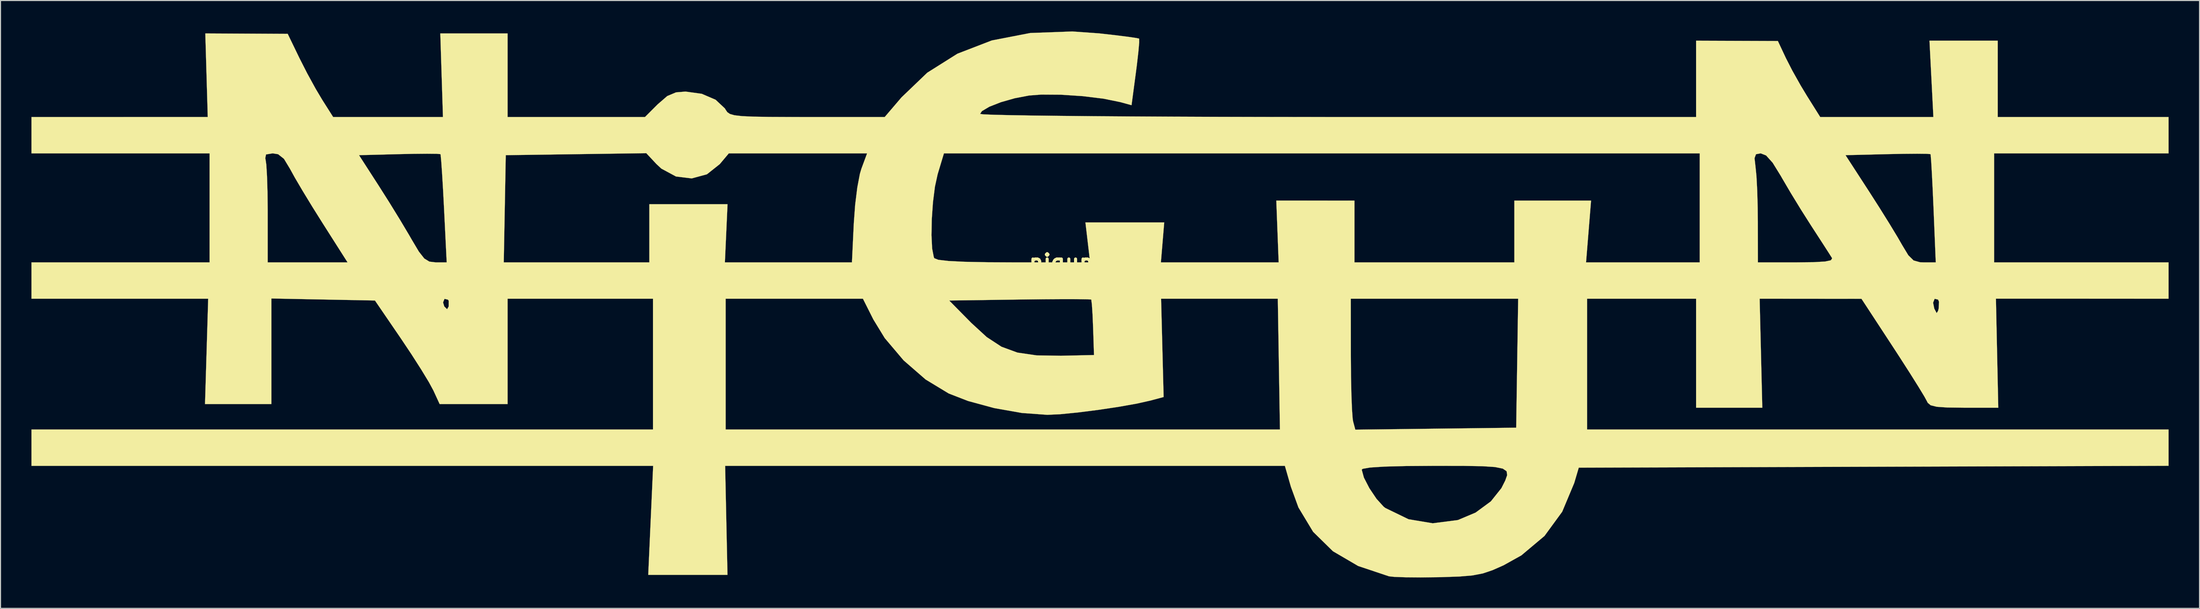
<source format=kicad_pcb>
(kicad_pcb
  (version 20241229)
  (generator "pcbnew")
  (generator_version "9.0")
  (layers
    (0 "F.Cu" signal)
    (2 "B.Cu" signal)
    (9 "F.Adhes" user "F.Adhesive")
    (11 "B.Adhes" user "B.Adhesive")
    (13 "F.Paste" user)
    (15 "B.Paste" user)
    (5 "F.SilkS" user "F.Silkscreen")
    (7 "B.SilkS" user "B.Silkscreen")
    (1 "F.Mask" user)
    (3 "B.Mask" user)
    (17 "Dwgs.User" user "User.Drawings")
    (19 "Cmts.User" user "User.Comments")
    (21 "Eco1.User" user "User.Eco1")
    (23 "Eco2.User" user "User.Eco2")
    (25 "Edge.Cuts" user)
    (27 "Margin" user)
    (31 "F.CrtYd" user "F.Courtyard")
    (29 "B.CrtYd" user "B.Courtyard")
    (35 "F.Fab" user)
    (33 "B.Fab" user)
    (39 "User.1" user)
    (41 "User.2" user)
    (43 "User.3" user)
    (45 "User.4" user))
  (footprint "nigun_logo"
    (layer "F.Cu")
    (at 103.016 22.421)
    (property "Reference" "nigun_logo" (at 0 0 0) (layer "F.SilkS") (effects (font (size 1.524 1.524) (thickness 0.3))))
    (attr through_hole)
    (fp_poly (pts (xy 0.604 -22.233) (xy 2.154 -22.058) (xy 3.42 -21.9) (xy 4.251 -21.777) (xy 4.505 -21.718) (xy 4.508 -21.346) (xy 4.428 -20.437) (xy 4.281 -19.153) (xy 4.188 -18.435) (xy 3.765 -15.258) (xy 2.676 -15.557) (xy 1.045 -15.889) (xy -0.969 -16.136) (xy -3.082 -16.276) (xy -5.007 -16.288) (xy -6.167 -16.2) (xy -7.572 -15.933) (xy -8.92 -15.548) (xy -10.039 -15.109) (xy -10.76 -14.681) (xy -10.936 -14.41) (xy -10.591 -14.368) (xy -9.588 -14.328) (xy -7.975 -14.29) (xy -5.799 -14.254) (xy -3.108 -14.222) (xy 0.051 -14.192) (xy 3.63 -14.167) (xy 7.581 -14.146) (xy 11.857 -14.129) (xy 16.41 -14.118) (xy 21.193 -14.112) (xy 23.812 -14.111) (xy 58.561 -14.111) (xy 58.561 -21.519) (xy 66.499 -21.491) (xy 67.28 -19.829) (xy 67.908 -18.604) (xy 68.721 -17.158) (xy 69.336 -16.14) (xy 70.61 -14.111) (xy 81.593 -14.111) (xy 81.404 -17.815) (xy 81.215 -21.519) (xy 87.842 -21.519) (xy 87.842 -14.111) (xy 104.422 -14.111) (xy 104.422 -10.583) (xy 87.489 -10.583) (xy 87.489 0) (xy 104.422 0) (xy 104.422 3.528) (xy 96.044 3.527) (xy 87.665 3.527) (xy 87.892 14.111) (xy 84.553 14.111) (xy 82.953 14.092) (xy 81.923 14.021) (xy 81.33 13.874) (xy 81.041 13.631) (xy 80.988 13.52) (xy 80.723 13.033) (xy 80.141 12.073) (xy 79.315 10.756) (xy 78.315 9.198) (xy 77.687 8.233) (xy 74.862 3.916) (xy 81.566 3.916) (xy 81.679 4.483) (xy 81.91 4.925) (xy 82.048 4.707) (xy 82.107 4.47) (xy 82.139 3.829) (xy 82.052 3.618) (xy 81.716 3.534) (xy 81.566 3.916) (xy 74.862 3.916) (xy 74.612 3.536) (xy 69.671 3.532) (xy 64.73 3.528) (xy 64.859 8.819) (xy 64.988 14.111) (xy 58.561 14.111) (xy 58.561 3.528) (xy 47.978 3.528) (xy 47.978 16.228) (xy 104.422 16.228) (xy 104.422 19.751) (xy 75.798 19.842) (xy 47.174 19.932) (xy 46.735 21.419) (xy 45.567 24.208) (xy 43.849 26.559) (xy 41.603 28.446) (xy 39.872 29.411) (xy 38.795 29.887) (xy 37.855 30.202) (xy 36.85 30.395) (xy 35.574 30.502) (xy 33.827 30.56) (xy 33.52 30.567) (xy 31.833 30.586) (xy 30.355 30.574) (xy 29.259 30.534) (xy 28.751 30.479) (xy 25.755 29.475) (xy 23.31 28.044) (xy 21.389 26.159) (xy 19.964 23.796) (xy 19.23 21.784) (xy 18.753 20.122) (xy 26.106 20.122) (xy 26.319 20.898) (xy 26.852 21.93) (xy 27.543 22.957) (xy 28.233 23.718) (xy 28.406 23.85) (xy 30.652 24.939) (xy 32.994 25.33) (xy 35.415 25.021) (xy 35.454 25.011) (xy 37.158 24.293) (xy 38.638 23.207) (xy 39.659 21.927) (xy 39.688 21.872) (xy 40.039 21.176) (xy 40.224 20.653) (xy 40.169 20.277) (xy 39.799 20.024) (xy 39.037 19.87) (xy 37.809 19.79) (xy 36.039 19.76) (xy 33.652 19.756) (xy 33.161 19.756) (xy 30.41 19.774) (xy 28.327 19.828) (xy 26.921 19.918) (xy 26.203 20.043) (xy 26.106 20.122) (xy 18.753 20.122) (xy 18.647 19.756) (xy -35.681 19.756) (xy -35.568 25.048) (xy -35.454 30.34) (xy -39.301 30.339) (xy -43.147 30.339) (xy -42.909 25.047) (xy -42.67 19.756) (xy -103.011 19.756) (xy -103.011 16.228) (xy -42.686 16.228) (xy -42.686 3.528) (xy -35.631 3.528) (xy -35.631 16.228) (xy -8.731 16.228) (xy 18.168 16.229) (xy 17.961 3.528) (xy 25.047 3.528) (xy 25.052 9.084) (xy 25.067 11.052) (xy 25.105 12.821) (xy 25.161 14.247) (xy 25.23 15.186) (xy 25.271 15.441) (xy 25.486 16.241) (xy 33.292 16.146) (xy 41.099 16.051) (xy 41.195 9.79) (xy 41.291 3.528) (xy 25.047 3.528) (xy 17.961 3.528) (xy 6.634 3.528) (xy 6.879 13.073) (xy 5.598 13.418) (xy 4.257 13.718) (xy 2.483 14.032) (xy 0.501 14.328) (xy -1.462 14.576) (xy -3.181 14.745) (xy -4.41 14.802) (xy -6.883 14.622) (xy -9.552 14.151) (xy -12.106 13.458) (xy -13.982 12.73) (xy -16.224 11.371) (xy -18.361 9.513) (xy -20.191 7.353) (xy -21.297 5.543) (xy -22.221 3.704) (xy -13.935 3.704) (xy -11.785 5.882) (xy -10.29 7.254) (xy -8.861 8.19) (xy -7.313 8.759) (xy -5.458 9.029) (xy -3.109 9.067) (xy -3.027 9.066) (xy 0.12 8.996) (xy 0.034 6.353) (xy -0.02 5.072) (xy -0.083 4.104) (xy -0.143 3.63) (xy -0.152 3.611) (xy -0.518 3.585) (xy -1.481 3.572) (xy -2.93 3.57) (xy -4.757 3.581) (xy -6.853 3.605) (xy -7.093 3.608) (xy -13.935 3.704) (xy -22.221 3.704) (xy -22.309 3.528) (xy -35.631 3.528) (xy -42.686 3.528) (xy -56.797 3.528) (xy -56.797 13.758) (xy -63.393 13.758) (xy -64.002 12.435) (xy -64.439 11.628) (xy -65.179 10.409) (xy -66.116 8.944) (xy -67.142 7.408) (xy -69.546 3.89) (xy -63.061 3.89) (xy -62.942 4.281) (xy -62.671 4.548) (xy -62.517 4.282) (xy -62.514 3.731) (xy -62.581 3.623) (xy -62.921 3.541) (xy -63.061 3.89) (xy -69.546 3.89) (xy -69.674 3.704) (xy -74.701 3.606) (xy -79.728 3.508) (xy -79.728 13.758) (xy -86.167 13.758) (xy -86.013 8.643) (xy -85.859 3.528) (xy -103.011 3.528) (xy -103.011 0) (xy -85.725 0) (xy -85.725 -10.098) (xy -80.32 -10.098) (xy -80.295 -10.025) (xy -80.215 -9.478) (xy -80.149 -8.376) (xy -80.102 -6.868) (xy -80.081 -5.104) (xy -80.081 -4.734) (xy -80.081 0) (xy -72.332 0) (xy -74.745 -3.792) (xy -75.75 -5.394) (xy -76.686 -6.931) (xy -77.448 -8.226) (xy -77.921 -9.084) (xy -78.506 -10.053) (xy -78.955 -10.407) (xy -71.219 -10.407) (xy -69.284 -7.408) (xy -68.275 -5.816) (xy -67.245 -4.142) (xy -66.366 -2.668) (xy -66.099 -2.205) (xy -65.405 -1.039) (xy -64.88 -0.372) (xy -64.385 -0.071) (xy -63.78 0) (xy -62.709 0) (xy -57.169 0) (xy -43.039 0) (xy -43.039 -5.644) (xy -35.449 -5.644) (xy -35.705 0) (xy -23.374 0) (xy -23.249 -2.641) (xy -15.653 -2.641) (xy -15.59 -1.344) (xy -15.427 -0.506) (xy -15.375 -0.399) (xy -14.989 -0.248) (xy -14.022 -0.135) (xy -12.441 -0.056) (xy -10.214 -0.012) (xy -7.692 0) (xy -0.256 0) (xy -0.484 -1.94) (xy -0.712 -3.881) (xy 6.937 -3.881) (xy 6.776 -1.94) (xy 6.615 0) (xy 18.044 0) (xy 17.929 -2.999) (xy 17.815 -5.999) (xy 21.608 -5.998) (xy 25.4 -5.997) (xy 25.4 0) (xy 40.922 0) (xy 40.922 -5.997) (xy 48.367 -5.997) (xy 47.881 0) (xy 58.914 0) (xy 58.914 -10.115) (xy 64.235 -10.115) (xy 64.332 -9.26) (xy 64.422 -8.361) (xy 64.495 -6.966) (xy 64.542 -5.288) (xy 64.554 -3.969) (xy 64.558 0) (xy 68.283 0) (xy 69.99 -0.018) (xy 71.08 -0.081) (xy 71.642 -0.2) (xy 71.766 -0.386) (xy 71.741 -0.441) (xy 71.436 -0.922) (xy 70.851 -1.831) (xy 70.09 -3.005) (xy 69.75 -3.528) (xy 68.765 -5.078) (xy 67.747 -6.742) (xy 66.894 -8.195) (xy 66.791 -8.378) (xy 65.991 -9.673) (xy 65.353 -10.381) (xy 65.286 -10.407) (xy 73.065 -10.407) (xy 75.354 -6.879) (xy 76.365 -5.299) (xy 77.331 -3.751) (xy 78.129 -2.433) (xy 78.565 -1.676) (xy 79.163 -0.687) (xy 79.673 -0.185) (xy 80.293 -0.012) (xy 80.655 0) (xy 81.824 0) (xy 81.609 -5.203) (xy 81.528 -7.038) (xy 81.45 -8.603) (xy 81.382 -9.772) (xy 81.33 -10.419) (xy 81.314 -10.507) (xy 80.951 -10.538) (xy 80.026 -10.548) (xy 78.68 -10.537) (xy 77.149 -10.507) (xy 73.065 -10.407) (xy 65.286 -10.407) (xy 64.835 -10.583) (xy 64.376 -10.499) (xy 64.235 -10.115) (xy 58.914 -10.115) (xy 58.914 -10.583) (xy -14.444 -10.583) (xy -15.055 -8.555) (xy -15.317 -7.354) (xy -15.509 -5.84) (xy -15.623 -4.204) (xy -15.653 -2.641) (xy -23.249 -2.641) (xy -23.194 -3.792) (xy -23.061 -5.603) (xy -22.853 -7.279) (xy -22.603 -8.597) (xy -22.459 -9.084) (xy -21.904 -10.583) (xy -35.323 -10.583) (xy -36.204 -9.537) (xy -37.449 -8.55) (xy -38.921 -8.15) (xy -40.452 -8.335) (xy -41.878 -9.104) (xy -42.359 -9.553) (xy -43.336 -10.599) (xy -50.155 -10.503) (xy -56.974 -10.407) (xy -57.071 -5.203) (xy -57.169 0) (xy -62.709 0) (xy -62.965 -5.203) (xy -63.061 -7.038) (xy -63.154 -8.603) (xy -63.235 -9.772) (xy -63.295 -10.419) (xy -63.314 -10.507) (xy -63.682 -10.539) (xy -64.608 -10.548) (xy -65.947 -10.536) (xy -67.313 -10.507) (xy -71.219 -10.407) (xy -78.955 -10.407) (xy -79.072 -10.499) (xy -79.596 -10.583) (xy -80.243 -10.477) (xy -80.32 -10.098) (xy -85.725 -10.098) (xy -85.725 -10.583) (xy -103.011 -10.583) (xy -103.011 -14.111) (xy -94.456 -14.111) (xy -85.901 -14.11) (xy -86.138 -22.225) (xy -82.139 -22.205) (xy -78.14 -22.185) (xy -76.998 -19.824) (xy -76.247 -18.349) (xy -75.427 -16.854) (xy -74.792 -15.787) (xy -73.729 -14.111) (xy -63.071 -14.111) (xy -63.2 -18.168) (xy -63.329 -22.225) (xy -56.797 -22.225) (xy -56.797 -14.111) (xy -43.462 -14.111) (xy -42.227 -15.346) (xy -41.303 -16.145) (xy -40.447 -16.506) (xy -39.529 -16.581) (xy -37.954 -16.366) (xy -36.608 -15.788) (xy -35.705 -14.943) (xy -35.629 -14.813) (xy -35.47 -14.581) (xy -35.215 -14.406) (xy -34.772 -14.281) (xy -34.047 -14.197) (xy -32.948 -14.147) (xy -31.382 -14.121) (xy -29.258 -14.112) (xy -27.723 -14.111) (xy -20.194 -14.111) (xy -18.568 -16.014) (xy -16.066 -18.412) (xy -13.136 -20.257) (xy -9.799 -21.544) (xy -6.074 -22.266) (xy -1.983 -22.416) (xy 0.604 -22.233)) (stroke (width 0.01) (type solid)) (fill yes) (layer "F.SilkS")))
  (gr_rect
    (start -3 -3)
    (end 210.443 56.012)
    (stroke (width 0.1) (type default))
    (fill no)
    (layer "Edge.Cuts")))
</source>
